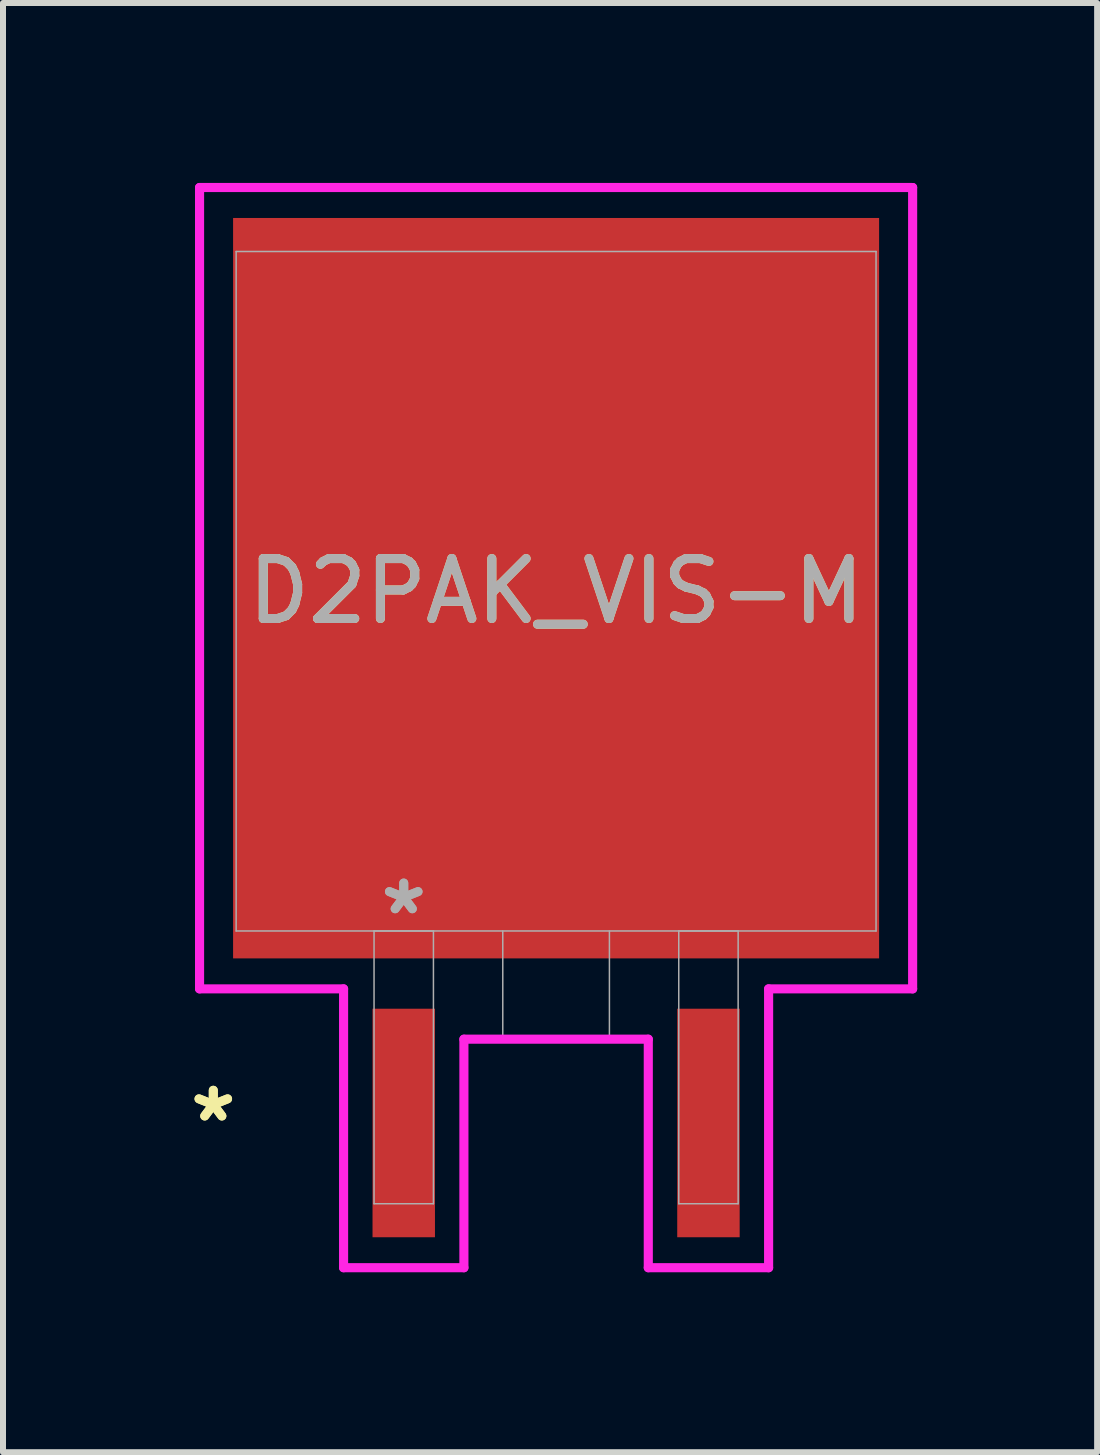
<source format=kicad_pcb>
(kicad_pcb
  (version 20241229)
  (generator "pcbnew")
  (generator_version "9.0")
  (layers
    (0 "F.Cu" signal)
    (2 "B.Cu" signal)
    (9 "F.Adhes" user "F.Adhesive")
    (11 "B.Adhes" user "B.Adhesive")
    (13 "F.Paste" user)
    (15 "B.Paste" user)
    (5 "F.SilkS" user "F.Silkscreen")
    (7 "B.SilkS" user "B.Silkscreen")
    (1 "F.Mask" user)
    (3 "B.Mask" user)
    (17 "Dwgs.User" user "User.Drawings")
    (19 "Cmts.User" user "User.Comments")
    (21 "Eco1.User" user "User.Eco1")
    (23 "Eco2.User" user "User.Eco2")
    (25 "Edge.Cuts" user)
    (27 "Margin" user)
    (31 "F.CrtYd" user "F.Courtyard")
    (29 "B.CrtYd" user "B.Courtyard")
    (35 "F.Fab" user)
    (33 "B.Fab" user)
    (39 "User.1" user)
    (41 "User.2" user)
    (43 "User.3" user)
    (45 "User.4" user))
  (footprint "D2PAK_VIS-M"
    (layer "F.Cu")
    (at 6.221 6.807)
    (property "Reference" "D2PAK_VIS-M" (at 0 0 0) (unlocked yes) (layer "F.SilkS") (effects (font (size 1 1) (thickness 0.15))))
    (attr smd)
    (fp_line (start -5.944 -6.731) (end 5.944 -6.731) (stroke (width 0.152) (type solid)) (layer "F.CrtYd"))
    (fp_line (start -5.944 6.629) (end -5.944 -6.731) (stroke (width 0.152) (type solid)) (layer "F.CrtYd"))
    (fp_line (start -3.543 6.629) (end -5.944 6.629) (stroke (width 0.152) (type solid)) (layer "F.CrtYd"))
    (fp_line (start -3.543 11.278) (end -3.543 6.629) (stroke (width 0.152) (type solid)) (layer "F.CrtYd"))
    (fp_line (start -1.537 7.468) (end -1.537 11.278) (stroke (width 0.152) (type solid)) (layer "F.CrtYd"))
    (fp_line (start -1.537 11.278) (end -3.543 11.278) (stroke (width 0.152) (type solid)) (layer "F.CrtYd"))
    (fp_line (start 1.537 7.468) (end -1.537 7.468) (stroke (width 0.152) (type solid)) (layer "F.CrtYd"))
    (fp_line (start 1.537 11.278) (end 1.537 7.468) (stroke (width 0.152) (type solid)) (layer "F.CrtYd"))
    (fp_line (start 3.543 6.629) (end 3.543 11.278) (stroke (width 0.152) (type solid)) (layer "F.CrtYd"))
    (fp_line (start 3.543 11.278) (end 1.537 11.278) (stroke (width 0.152) (type solid)) (layer "F.CrtYd"))
    (fp_line (start 5.944 -6.731) (end 5.944 6.629) (stroke (width 0.152) (type solid)) (layer "F.CrtYd"))
    (fp_line (start 5.944 6.629) (end 3.543 6.629) (stroke (width 0.152) (type solid)) (layer "F.CrtYd"))
    (fp_line (start -5.334 -5.664) (end -5.334 5.664) (stroke (width 0.025) (type solid)) (layer "F.Fab"))
    (fp_line (start -5.334 5.664) (end 5.334 5.664) (stroke (width 0.025) (type solid)) (layer "F.Fab"))
    (fp_line (start -3.035 5.664) (end -3.035 10.211) (stroke (width 0.025) (type solid)) (layer "F.Fab"))
    (fp_line (start -3.035 10.211) (end -2.045 10.211) (stroke (width 0.025) (type solid)) (layer "F.Fab"))
    (fp_line (start -2.045 5.664) (end -3.035 5.664) (stroke (width 0.025) (type solid)) (layer "F.Fab"))
    (fp_line (start -2.045 10.211) (end -2.045 5.664) (stroke (width 0.025) (type solid)) (layer "F.Fab"))
    (fp_line (start -0.889 5.664) (end -0.889 7.442) (stroke (width 0.025) (type solid)) (layer "F.Fab"))
    (fp_line (start -0.889 7.442) (end 0.889 7.442) (stroke (width 0.025) (type solid)) (layer "F.Fab"))
    (fp_line (start 0.889 7.442) (end 0.889 5.664) (stroke (width 0.025) (type solid)) (layer "F.Fab"))
    (fp_line (start 2.045 5.664) (end 2.045 10.211) (stroke (width 0.025) (type solid)) (layer "F.Fab"))
    (fp_line (start 2.045 10.211) (end 3.035 10.211) (stroke (width 0.025) (type solid)) (layer "F.Fab"))
    (fp_line (start 3.035 5.664) (end 2.045 5.664) (stroke (width 0.025) (type solid)) (layer "F.Fab"))
    (fp_line (start 3.035 10.211) (end 3.035 5.664) (stroke (width 0.025) (type solid)) (layer "F.Fab"))
    (fp_line (start 5.334 -5.664) (end -5.334 -5.664) (stroke (width 0.025) (type solid)) (layer "F.Fab"))
    (fp_line (start 5.334 5.664) (end 5.334 -5.664) (stroke (width 0.025) (type solid)) (layer "F.Fab"))
    (fp_text user "*" (at -5.715 8.865 0) (layer "F.SilkS") (effects (font (size 1 1) (thickness 0.15))))
    (fp_text user "*" (at -5.715 8.865 0) (unlocked yes) (layer "F.SilkS") (effects (font (size 1 1) (thickness 0.15))))
    (fp_text user "*" (at -2.54 5.41 0) (layer "F.Fab") (effects (font (size 1 1) (thickness 0.15))))
    (fp_text user "${REFERENCE}" (at 0 0 0) (unlocked yes) (layer "F.Fab") (effects (font (size 1 1) (thickness 0.15))))
    (fp_text user "*" (at -2.54 5.41 0) (unlocked yes) (layer "F.Fab") (effects (font (size 1 1) (thickness 0.15))))
    (pad "1" smd rect (at -2.54 8.865) (size 1.041 3.81) (layers "F.Cu" "F.Mask" "F.Paste"))
    (pad "2" smd rect (at 0 -0.051) (size 10.77 12.344) (layers "F.Cu" "F.Mask" "F.Paste"))
    (pad "3" smd rect (at 2.54 8.865) (size 1.041 3.81) (layers "F.Cu" "F.Mask" "F.Paste")))
  (gr_rect
    (start -3 -3)
    (end 15.241 21.161)
    (stroke (width 0.1) (type default))
    (fill no)
    (layer "Edge.Cuts")))
</source>
